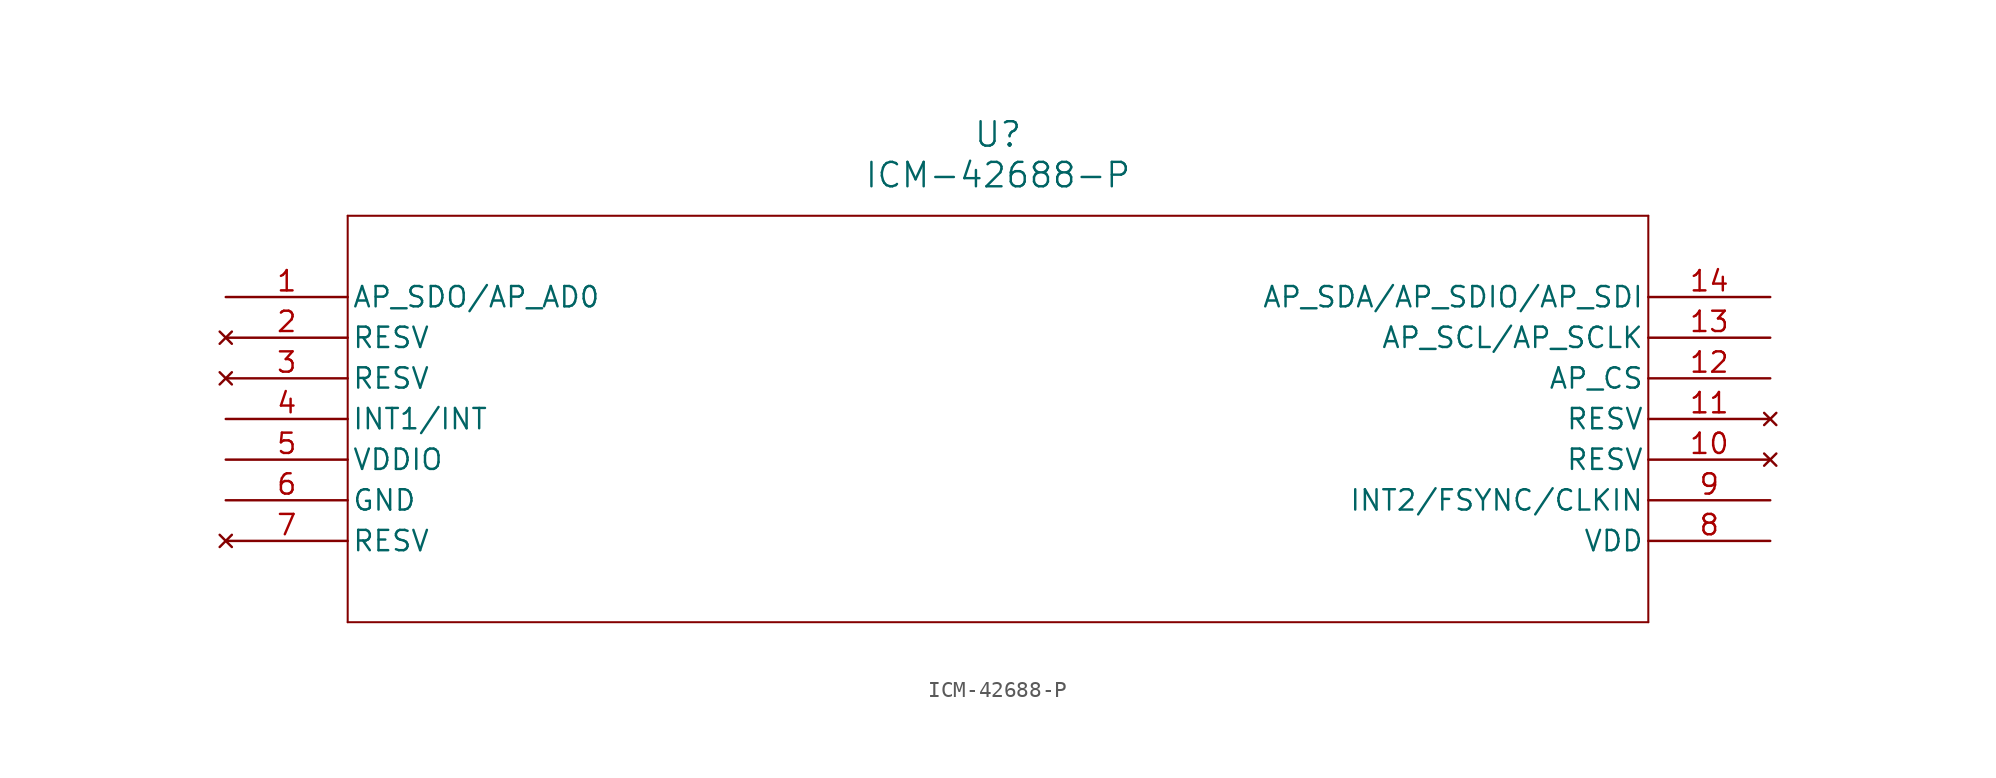
<source format=kicad_sym>
(kicad_symbol_lib
  (version 20211014)
  (generator kicad_symbol_editor)
  (symbol "ICM-42688-P"
    (pin_names
      (offset 0.254))
    (property "Reference" "U"
      (at 48.26 10.16 0)
      (effects (font (size 1.524 1.524))))
    (property "Value" "ICM-42688-P"
      (at 48.26 7.62 0)
      (effects (font (size 1.524 1.524))))
    (symbol "ICM-42688-P_0_1"
      (polyline (pts (xy 7.62 5.08) (xy 7.62 -20.32)) (stroke (width 0.127) (type default) (color 0 0 0 0)) (fill (type none)))
      (polyline (pts (xy 7.62 -20.32) (xy 88.9 -20.32)) (stroke (width 0.127) (type default) (color 0 0 0 0)) (fill (type none)))
      (polyline (pts (xy 88.9 -20.32) (xy 88.9 5.08)) (stroke (width 0.127) (type default) (color 0 0 0 0)) (fill (type none)))
      (polyline (pts (xy 88.9 5.08) (xy 7.62 5.08)) (stroke (width 0.127) (type default) (color 0 0 0 0)) (fill (type none)))
      (pin bidirectional line (at 0 0 0) (length 7.62) (name "AP_SDO/AP_AD0" (effects (font (size 1.27 1.27)))) (number "1" (effects (font (size 1.27 1.27)))))
      (pin no_connect line (at 0 -2.54 0) (length 7.62) (name "RESV" (effects (font (size 1.27 1.27)))) (number "2" (effects (font (size 1.27 1.27)))))
      (pin no_connect line (at 0 -5.08 0) (length 7.62) (name "RESV" (effects (font (size 1.27 1.27)))) (number "3" (effects (font (size 1.27 1.27)))))
      (pin bidirectional line (at 0 -7.62 0) (length 7.62) (name "INT1/INT" (effects (font (size 1.27 1.27)))) (number "4" (effects (font (size 1.27 1.27)))))
      (pin power_in line (at 0 -10.16 0) (length 7.62) (name "VDDIO" (effects (font (size 1.27 1.27)))) (number "5" (effects (font (size 1.27 1.27)))))
      (pin power_out line (at 0 -12.7 0) (length 7.62) (name "GND" (effects (font (size 1.27 1.27)))) (number "6" (effects (font (size 1.27 1.27)))))
      (pin no_connect line (at 0 -15.24 0) (length 7.62) (name "RESV" (effects (font (size 1.27 1.27)))) (number "7" (effects (font (size 1.27 1.27)))))
      (pin power_in line (at 96.52 -15.24 180) (length 7.62) (name "VDD" (effects (font (size 1.27 1.27)))) (number "8" (effects (font (size 1.27 1.27)))))
      (pin bidirectional line (at 96.52 -12.7 180) (length 7.62) (name "INT2/FSYNC/CLKIN" (effects (font (size 1.27 1.27)))) (number "9" (effects (font (size 1.27 1.27)))))
      (pin no_connect line (at 96.52 -10.16 180) (length 7.62) (name "RESV" (effects (font (size 1.27 1.27)))) (number "10" (effects (font (size 1.27 1.27)))))
      (pin no_connect line (at 96.52 -7.62 180) (length 7.62) (name "RESV" (effects (font (size 1.27 1.27)))) (number "11" (effects (font (size 1.27 1.27)))))
      (pin unspecified line (at 96.52 -5.08 180) (length 7.62) (name "AP_CS" (effects (font (size 1.27 1.27)))) (number "12" (effects (font (size 1.27 1.27)))))
      (pin unspecified line (at 96.52 -2.54 180) (length 7.62) (name "AP_SCL/AP_SCLK" (effects (font (size 1.27 1.27)))) (number "13" (effects (font (size 1.27 1.27)))))
      (pin unspecified line (at 96.52 0 180) (length 7.62) (name "AP_SDA/AP_SDIO/AP_SDI" (effects (font (size 1.27 1.27)))) (number "14" (effects (font (size 1.27 1.27))))))))
</source>
